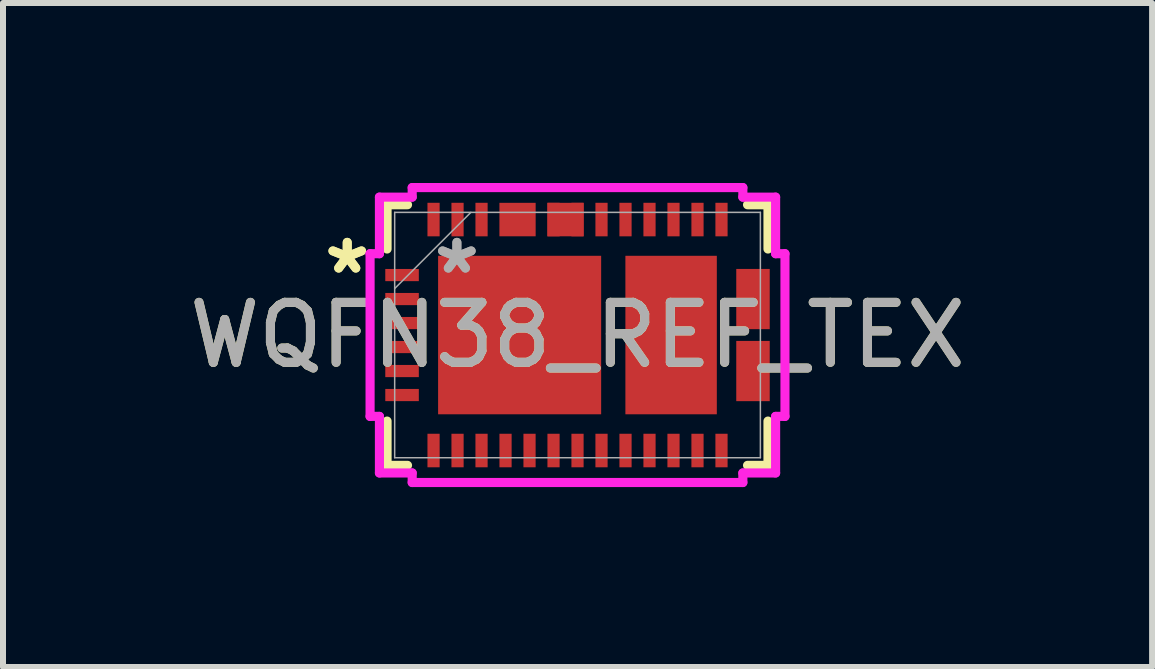
<source format=kicad_pcb>
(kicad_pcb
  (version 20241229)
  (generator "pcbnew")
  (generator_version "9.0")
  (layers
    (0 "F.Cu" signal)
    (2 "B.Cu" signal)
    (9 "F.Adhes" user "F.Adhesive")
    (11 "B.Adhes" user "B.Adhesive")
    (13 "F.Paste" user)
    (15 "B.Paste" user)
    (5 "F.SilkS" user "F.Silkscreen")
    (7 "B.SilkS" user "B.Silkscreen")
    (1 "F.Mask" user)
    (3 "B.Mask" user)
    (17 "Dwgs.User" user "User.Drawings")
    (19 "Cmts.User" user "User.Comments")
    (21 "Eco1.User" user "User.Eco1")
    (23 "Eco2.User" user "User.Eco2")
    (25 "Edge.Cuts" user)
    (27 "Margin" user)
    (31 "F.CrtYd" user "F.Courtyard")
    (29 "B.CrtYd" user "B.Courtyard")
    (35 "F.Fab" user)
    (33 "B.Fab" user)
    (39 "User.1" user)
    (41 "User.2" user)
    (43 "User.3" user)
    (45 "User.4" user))
  (footprint "WQFN38_REF_TEX"
    (layer "F.Cu")
    (at 6.577 2.535)
    (property "Reference" "WQFN38_REF_TEX" (at 0 0 0) (unlocked yes) (layer "F.SilkS") (effects (font (size 1 1) (thickness 0.15))))
    (attr smd)
    (fp_poly (pts (xy -1.302 -2.204) (xy -1.302 -1.646) (xy -0.698 -1.646) (xy -0.698 -2.204)) (stroke (width 0) (type solid)) (fill yes) (layer "F.Cu"))
    (fp_poly (pts (xy -0.502 -2.204) (xy -0.502 -1.646) (xy 0.102 -1.646) (xy 0.102 -2.204)) (stroke (width 0) (type solid)) (fill yes) (layer "F.Cu"))
    (fp_poly (pts (xy 2.646 -1.102) (xy 2.646 -0.098) (xy 3.204 -0.098) (xy 3.204 -1.102)) (stroke (width 0) (type solid)) (fill yes) (layer "F.Cu"))
    (fp_poly (pts (xy 2.646 0.098) (xy 2.646 1.102) (xy 3.204 1.102) (xy 3.204 0.098)) (stroke (width 0) (type solid)) (fill yes) (layer "F.Cu"))
    (fp_poly (pts (xy -1.302 -2.204) (xy -1.302 -1.646) (xy -0.698 -1.646) (xy -0.698 -2.204)) (stroke (width 0) (type solid)) (fill yes) (layer "F.Mask"))
    (fp_poly (pts (xy -0.502 -2.204) (xy -0.502 -1.646) (xy 0.102 -1.646) (xy 0.102 -2.204)) (stroke (width 0) (type solid)) (fill yes) (layer "F.Mask"))
    (fp_poly (pts (xy 2.646 -1.102) (xy 2.646 -0.098) (xy 3.204 -0.098) (xy 3.204 -1.102)) (stroke (width 0) (type solid)) (fill yes) (layer "F.Mask"))
    (fp_poly (pts (xy 2.646 0.098) (xy 2.646 1.102) (xy 3.204 1.102) (xy 3.204 0.098)) (stroke (width 0) (type solid)) (fill yes) (layer "F.Mask"))
    (fp_line (start -3.175 -2.172) (end -2.834 -2.172) (stroke (width 0.152) (type solid)) (layer "F.SilkS"))
    (fp_line (start -3.175 -1.434) (end -3.175 -2.172) (stroke (width 0.152) (type solid)) (layer "F.SilkS"))
    (fp_line (start -3.175 2.172) (end -3.175 1.434) (stroke (width 0.152) (type solid)) (layer "F.SilkS"))
    (fp_line (start -2.834 2.172) (end -3.175 2.172) (stroke (width 0.152) (type solid)) (layer "F.SilkS"))
    (fp_line (start 2.834 -2.172) (end 3.175 -2.172) (stroke (width 0.152) (type solid)) (layer "F.SilkS"))
    (fp_line (start 3.175 -2.172) (end 3.175 -1.434) (stroke (width 0.152) (type solid)) (layer "F.SilkS"))
    (fp_line (start 3.175 1.434) (end 3.175 2.172) (stroke (width 0.152) (type solid)) (layer "F.SilkS"))
    (fp_line (start 3.175 2.172) (end 2.834 2.172) (stroke (width 0.152) (type solid)) (layer "F.SilkS"))
    (fp_poly (pts (xy -1.302 -2.204) (xy -1.302 -1.646) (xy -0.698 -1.646) (xy -0.698 -2.204)) (stroke (width 0) (type solid)) (fill yes) (layer "F.Paste"))
    (fp_poly (pts (xy -0.502 -2.204) (xy -0.502 -1.646) (xy 0.102 -1.646) (xy 0.102 -2.204)) (stroke (width 0) (type solid)) (fill yes) (layer "F.Paste"))
    (fp_poly (pts (xy 2.646 -1.102) (xy 2.646 -0.098) (xy 3.204 -0.098) (xy 3.204 -1.102)) (stroke (width 0) (type solid)) (fill yes) (layer "F.Paste"))
    (fp_poly (pts (xy 2.646 0.098) (xy 2.646 1.102) (xy 3.204 1.102) (xy 3.204 0.098)) (stroke (width 0) (type solid)) (fill yes) (layer "F.Paste"))
    (fp_line (start -3.458 -1.356) (end -3.458 1.356) (stroke (width 0.152) (type solid)) (layer "F.CrtYd"))
    (fp_line (start -3.458 1.356) (end -3.302 1.356) (stroke (width 0.152) (type solid)) (layer "F.CrtYd"))
    (fp_line (start -3.302 -2.299) (end -3.302 -1.356) (stroke (width 0.152) (type solid)) (layer "F.CrtYd"))
    (fp_line (start -3.302 -1.356) (end -3.458 -1.356) (stroke (width 0.152) (type solid)) (layer "F.CrtYd"))
    (fp_line (start -3.302 1.356) (end -3.302 2.299) (stroke (width 0.152) (type solid)) (layer "F.CrtYd"))
    (fp_line (start -3.302 2.299) (end -2.756 2.299) (stroke (width 0.152) (type solid)) (layer "F.CrtYd"))
    (fp_line (start -2.756 -2.458) (end -2.756 -2.299) (stroke (width 0.152) (type solid)) (layer "F.CrtYd"))
    (fp_line (start -2.756 -2.299) (end -3.302 -2.299) (stroke (width 0.152) (type solid)) (layer "F.CrtYd"))
    (fp_line (start -2.756 2.299) (end -2.756 2.458) (stroke (width 0.152) (type solid)) (layer "F.CrtYd"))
    (fp_line (start -2.756 2.458) (end 2.756 2.458) (stroke (width 0.152) (type solid)) (layer "F.CrtYd"))
    (fp_line (start 2.756 -2.458) (end -2.756 -2.458) (stroke (width 0.152) (type solid)) (layer "F.CrtYd"))
    (fp_line (start 2.756 -2.299) (end 2.756 -2.458) (stroke (width 0.152) (type solid)) (layer "F.CrtYd"))
    (fp_line (start 2.756 2.299) (end 3.302 2.299) (stroke (width 0.152) (type solid)) (layer "F.CrtYd"))
    (fp_line (start 2.756 2.458) (end 2.756 2.299) (stroke (width 0.152) (type solid)) (layer "F.CrtYd"))
    (fp_line (start 3.302 -2.299) (end 2.756 -2.299) (stroke (width 0.152) (type solid)) (layer "F.CrtYd"))
    (fp_line (start 3.302 -1.356) (end 3.302 -2.299) (stroke (width 0.152) (type solid)) (layer "F.CrtYd"))
    (fp_line (start 3.302 1.356) (end 3.458 1.356) (stroke (width 0.152) (type solid)) (layer "F.CrtYd"))
    (fp_line (start 3.302 2.299) (end 3.302 1.356) (stroke (width 0.152) (type solid)) (layer "F.CrtYd"))
    (fp_line (start 3.458 -1.356) (end 3.302 -1.356) (stroke (width 0.152) (type solid)) (layer "F.CrtYd"))
    (fp_line (start 3.458 1.356) (end 3.458 -1.356) (stroke (width 0.152) (type solid)) (layer "F.CrtYd"))
    (fp_line (start -3.048 -2.045) (end -3.048 2.045) (stroke (width 0.025) (type solid)) (layer "F.Fab"))
    (fp_line (start -3.048 -0.775) (end -1.778 -2.045) (stroke (width 0.025) (type solid)) (layer "F.Fab"))
    (fp_line (start -3.048 2.045) (end 3.048 2.045) (stroke (width 0.025) (type solid)) (layer "F.Fab"))
    (fp_line (start 3.048 -2.045) (end -3.048 -2.045) (stroke (width 0.025) (type solid)) (layer "F.Fab"))
    (fp_line (start 3.048 2.045) (end 3.048 -2.045) (stroke (width 0.025) (type solid)) (layer "F.Fab"))
    (fp_text user "*" (at -3.839 -1 0) (unlocked yes) (layer "F.SilkS") (effects (font (size 1 1) (thickness 0.15))))
    (fp_text user "*" (at -3.839 -1 0) (layer "F.SilkS") (effects (font (size 1 1) (thickness 0.15))))
    (fp_text user "${REFERENCE}" (at 0 0 0) (unlocked yes) (layer "F.Fab") (effects (font (size 1 1) (thickness 0.15))))
    (fp_text user "*" (at -2.011 -1 0) (layer "F.Fab") (effects (font (size 1 1) (thickness 0.15))))
    (fp_text user "*" (at -2.011 -1 0) (unlocked yes) (layer "F.Fab") (effects (font (size 1 1) (thickness 0.15))))
    (pad "1" smd rect (at -2.925 -1) (size 0.559 0.203) (layers "F.Cu" "F.Mask" "F.Paste"))
    (pad "2" smd rect (at -2.925 -0.6) (size 0.559 0.203) (layers "F.Cu" "F.Mask" "F.Paste"))
    (pad "3" smd rect (at -2.925 -0.2) (size 0.559 0.203) (layers "F.Cu" "F.Mask" "F.Paste"))
    (pad "4" smd rect (at -2.925 0.2) (size 0.559 0.203) (layers "F.Cu" "F.Mask" "F.Paste"))
    (pad "5" smd rect (at -2.925 0.6) (size 0.559 0.203) (layers "F.Cu" "F.Mask" "F.Paste"))
    (pad "6" smd rect (at -2.925 1) (size 0.559 0.203) (layers "F.Cu" "F.Mask" "F.Paste"))
    (pad "7" smd rect (at -2.4 1.925 90) (size 0.559 0.203) (layers "F.Cu" "F.Mask" "F.Paste"))
    (pad "8" smd rect (at -2 1.925 90) (size 0.559 0.203) (layers "F.Cu" "F.Mask" "F.Paste"))
    (pad "9" smd rect (at -1.6 1.925 90) (size 0.559 0.203) (layers "F.Cu" "F.Mask" "F.Paste"))
    (pad "10" smd rect (at -1.2 1.925 90) (size 0.559 0.203) (layers "F.Cu" "F.Mask" "F.Paste"))
    (pad "11" smd rect (at -0.8 1.925 90) (size 0.559 0.203) (layers "F.Cu" "F.Mask" "F.Paste"))
    (pad "12" smd rect (at -0.4 1.925 90) (size 0.559 0.203) (layers "F.Cu" "F.Mask" "F.Paste"))
    (pad "13" smd rect (at 0 1.925 90) (size 0.559 0.203) (layers "F.Cu" "F.Mask" "F.Paste"))
    (pad "14" smd rect (at 0.4 1.925 90) (size 0.559 0.203) (layers "F.Cu" "F.Mask" "F.Paste"))
    (pad "15" smd rect (at 0.8 1.925 90) (size 0.559 0.203) (layers "F.Cu" "F.Mask" "F.Paste"))
    (pad "16" smd rect (at 1.2 1.925 90) (size 0.559 0.203) (layers "F.Cu" "F.Mask" "F.Paste"))
    (pad "17" smd rect (at 1.6 1.925 90) (size 0.559 0.203) (layers "F.Cu" "F.Mask" "F.Paste"))
    (pad "18" smd rect (at 2 1.925 90) (size 0.559 0.203) (layers "F.Cu" "F.Mask" "F.Paste"))
    (pad "19" smd rect (at 2.4 1.925 90) (size 0.559 0.203) (layers "F.Cu" "F.Mask" "F.Paste"))
    (pad "20" smd rect (at 2.925 1) (size 0.127 0.127) (layers "F.Cu" "F.Mask" "F.Paste"))
    (pad "21" smd rect (at 2.925 0.6) (size 0.127 0.127) (layers "F.Cu" "F.Mask" "F.Paste"))
    (pad "22" smd rect (at 2.925 0.2) (size 0.127 0.127) (layers "F.Cu" "F.Mask" "F.Paste"))
    (pad "23" smd rect (at 2.925 -0.2) (size 0.127 0.127) (layers "F.Cu" "F.Mask" "F.Paste"))
    (pad "24" smd rect (at 2.925 -0.6) (size 0.127 0.127) (layers "F.Cu" "F.Mask" "F.Paste"))
    (pad "25" smd rect (at 2.925 -1) (size 0.127 0.127) (layers "F.Cu" "F.Mask" "F.Paste"))
    (pad "26" smd rect (at 2.4 -1.925 90) (size 0.559 0.203) (layers "F.Cu" "F.Mask" "F.Paste"))
    (pad "27" smd rect (at 2 -1.925 90) (size 0.559 0.203) (layers "F.Cu" "F.Mask" "F.Paste"))
    (pad "28" smd rect (at 1.6 -1.925 90) (size 0.559 0.203) (layers "F.Cu" "F.Mask" "F.Paste"))
    (pad "29" smd rect (at 1.2 -1.925 90) (size 0.559 0.203) (layers "F.Cu" "F.Mask" "F.Paste"))
    (pad "30" smd rect (at 0.8 -1.925 90) (size 0.559 0.203) (layers "F.Cu" "F.Mask" "F.Paste"))
    (pad "31" smd rect (at 0.4 -1.925 90) (size 0.559 0.203) (layers "F.Cu" "F.Mask" "F.Paste"))
    (pad "32" smd rect (at 0 -1.925 90) (size 0.559 0.203) (layers "F.Cu" "F.Mask" "F.Paste"))
    (pad "33" smd rect (at -0.4 -1.925 90) (size 0.559 0.203) (layers "F.Cu" "F.Mask" "F.Paste"))
    (pad "34" smd rect (at -0.8 -1.925 90) (size 0.127 0.127) (layers "F.Cu" "F.Mask" "F.Paste"))
    (pad "35" smd rect (at -1.2 -1.925 90) (size 0.127 0.127) (layers "F.Cu" "F.Mask" "F.Paste"))
    (pad "36" smd rect (at -1.6 -1.925 90) (size 0.559 0.203) (layers "F.Cu" "F.Mask" "F.Paste"))
    (pad "37" smd rect (at -2 -1.925 90) (size 0.559 0.203) (layers "F.Cu" "F.Mask" "F.Paste"))
    (pad "38" smd rect (at -2.4 -1.925 90) (size 0.559 0.203) (layers "F.Cu" "F.Mask" "F.Paste"))
    (pad "39" smd rect (at -0.965 0) (size 2.718 2.642) (layers "F.Cu" "F.Mask" "F.Paste"))
    (pad "40" smd rect (at 1.56 0) (size 1.524 2.642) (layers "F.Cu" "F.Mask" "F.Paste")))
  (gr_rect
    (start -3 -3)
    (end 16.155 8.069)
    (stroke (width 0.1) (type default))
    (fill no)
    (layer "Edge.Cuts")))
</source>
